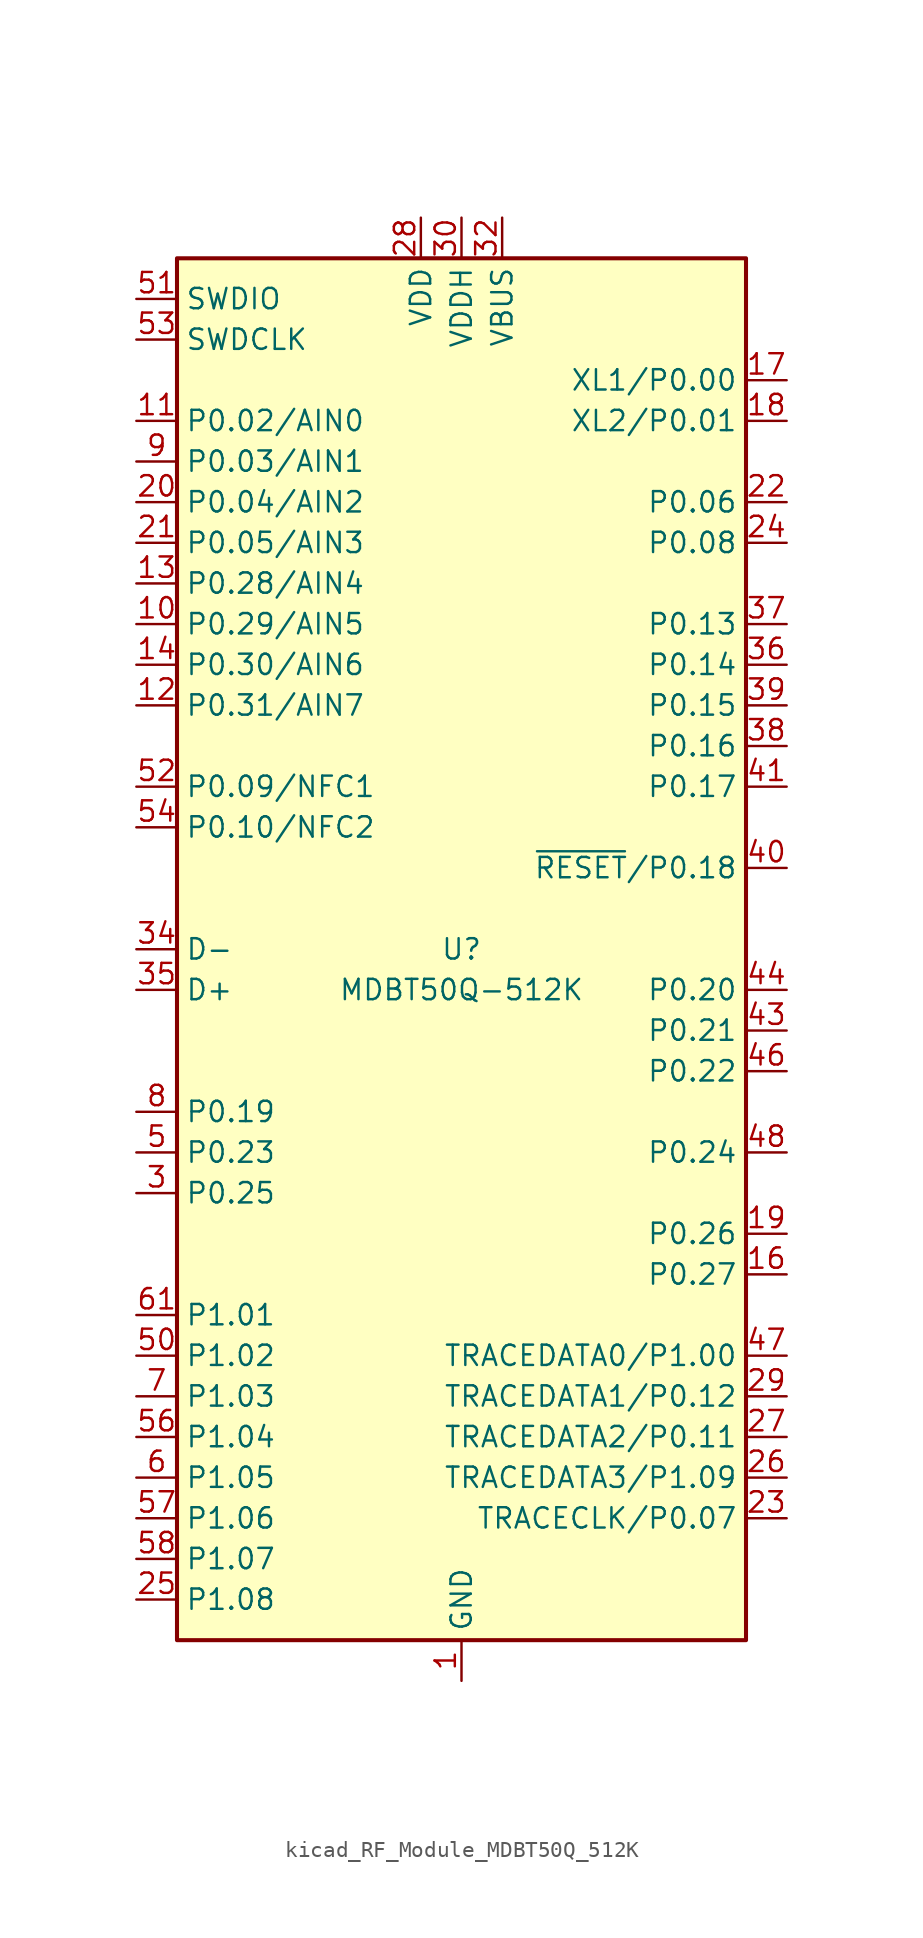
<source format=kicad_sym>
(kicad_symbol_lib
  (version 20220914)
  (generator kicad_symbol_editor)
  (symbol "kicad_RF_Module_MDBT50Q_512K"
    (property "Reference" "U"
      (at 0 0 0)
      (effects (font (size 1.27 1.27))))
    (property "Value" "MDBT50Q-512K"
      (at 0 -2.54 0)
      (effects (font (size 1.27 1.27))))
    (symbol "kicad_RF_Module_MDBT50Q_512K_0_1"
      (rectangle (start -17.78 43.18) (end 17.78 -43.18) (stroke (width 0.254) (type default)) (fill (type background))))
    (symbol "kicad_RF_Module_MDBT50Q_512K_1_1"
      (pin power_in line (at 0 -45.72 90) (length 2.54) (name "GND" (effects (font (size 1.27 1.27)))) (number "1" (effects (font (size 1.27 1.27)))))
      (pin bidirectional line (at -20.32 20.32 0) (length 2.54) (name "P0.29/AIN5" (effects (font (size 1.27 1.27)))) (number "10" (effects (font (size 1.27 1.27)))))
      (pin bidirectional line (at -20.32 33.02 0) (length 2.54) (name "P0.02/AIN0" (effects (font (size 1.27 1.27)))) (number "11" (effects (font (size 1.27 1.27)))))
      (pin bidirectional line (at -20.32 15.24 0) (length 2.54) (name "P0.31/AIN7" (effects (font (size 1.27 1.27)))) (number "12" (effects (font (size 1.27 1.27)))))
      (pin bidirectional line (at -20.32 22.86 0) (length 2.54) (name "P0.28/AIN4" (effects (font (size 1.27 1.27)))) (number "13" (effects (font (size 1.27 1.27)))))
      (pin bidirectional line (at -20.32 17.78 0) (length 2.54) (name "P0.30/AIN6" (effects (font (size 1.27 1.27)))) (number "14" (effects (font (size 1.27 1.27)))))
      (pin passive line (at 0 -45.72 90) (length 2.54) hide (name "GND" (effects (font (size 1.27 1.27)))) (number "15" (effects (font (size 1.27 1.27)))))
      (pin bidirectional line (at 20.32 -20.32 180) (length 2.54) (name "P0.27" (effects (font (size 1.27 1.27)))) (number "16" (effects (font (size 1.27 1.27)))))
      (pin bidirectional line (at 20.32 35.56 180) (length 2.54) (name "XL1/P0.00" (effects (font (size 1.27 1.27)))) (number "17" (effects (font (size 1.27 1.27)))))
      (pin bidirectional line (at 20.32 33.02 180) (length 2.54) (name "XL2/P0.01" (effects (font (size 1.27 1.27)))) (number "18" (effects (font (size 1.27 1.27)))))
      (pin bidirectional line (at 20.32 -17.78 180) (length 2.54) (name "P0.26" (effects (font (size 1.27 1.27)))) (number "19" (effects (font (size 1.27 1.27)))))
      (pin passive line (at 0 -45.72 90) (length 2.54) hide (name "GND" (effects (font (size 1.27 1.27)))) (number "2" (effects (font (size 1.27 1.27)))))
      (pin bidirectional line (at -20.32 27.94 0) (length 2.54) (name "P0.04/AIN2" (effects (font (size 1.27 1.27)))) (number "20" (effects (font (size 1.27 1.27)))))
      (pin bidirectional line (at -20.32 25.4 0) (length 2.54) (name "P0.05/AIN3" (effects (font (size 1.27 1.27)))) (number "21" (effects (font (size 1.27 1.27)))))
      (pin bidirectional line (at 20.32 27.94 180) (length 2.54) (name "P0.06" (effects (font (size 1.27 1.27)))) (number "22" (effects (font (size 1.27 1.27)))))
      (pin bidirectional line (at 20.32 -35.56 180) (length 2.54) (name "TRACECLK/P0.07" (effects (font (size 1.27 1.27)))) (number "23" (effects (font (size 1.27 1.27)))))
      (pin bidirectional line (at 20.32 25.4 180) (length 2.54) (name "P0.08" (effects (font (size 1.27 1.27)))) (number "24" (effects (font (size 1.27 1.27)))))
      (pin bidirectional line (at -20.32 -40.64 0) (length 2.54) (name "P1.08" (effects (font (size 1.27 1.27)))) (number "25" (effects (font (size 1.27 1.27)))))
      (pin bidirectional line (at 20.32 -33.02 180) (length 2.54) (name "TRACEDATA3/P1.09" (effects (font (size 1.27 1.27)))) (number "26" (effects (font (size 1.27 1.27)))))
      (pin bidirectional line (at 20.32 -30.48 180) (length 2.54) (name "TRACEDATA2/P0.11" (effects (font (size 1.27 1.27)))) (number "27" (effects (font (size 1.27 1.27)))))
      (pin power_in line (at -2.54 45.72 270) (length 2.54) (name "VDD" (effects (font (size 1.27 1.27)))) (number "28" (effects (font (size 1.27 1.27)))))
      (pin bidirectional line (at 20.32 -27.94 180) (length 2.54) (name "TRACEDATA1/P0.12" (effects (font (size 1.27 1.27)))) (number "29" (effects (font (size 1.27 1.27)))))
      (pin bidirectional line (at -20.32 -15.24 0) (length 2.54) (name "P0.25" (effects (font (size 1.27 1.27)))) (number "3" (effects (font (size 1.27 1.27)))))
      (pin power_in line (at 0 45.72 270) (length 2.54) (name "VDDH" (effects (font (size 1.27 1.27)))) (number "30" (effects (font (size 1.27 1.27)))))
      (pin no_connect line (at 5.08 43.18 270) (length 2.54) hide (name "NC" (effects (font (size 1.27 1.27)))) (number "31" (effects (font (size 1.27 1.27)))))
      (pin power_in line (at 2.54 45.72 270) (length 2.54) (name "VBUS" (effects (font (size 1.27 1.27)))) (number "32" (effects (font (size 1.27 1.27)))))
      (pin passive line (at 0 -45.72 90) (length 2.54) hide (name "GND" (effects (font (size 1.27 1.27)))) (number "33" (effects (font (size 1.27 1.27)))))
      (pin bidirectional line (at -20.32 0 0) (length 2.54) (name "D-" (effects (font (size 1.27 1.27)))) (number "34" (effects (font (size 1.27 1.27)))))
      (pin bidirectional line (at -20.32 -2.54 0) (length 2.54) (name "D+" (effects (font (size 1.27 1.27)))) (number "35" (effects (font (size 1.27 1.27)))))
      (pin bidirectional line (at 20.32 17.78 180) (length 2.54) (name "P0.14" (effects (font (size 1.27 1.27)))) (number "36" (effects (font (size 1.27 1.27)))))
      (pin bidirectional line (at 20.32 20.32 180) (length 2.54) (name "P0.13" (effects (font (size 1.27 1.27)))) (number "37" (effects (font (size 1.27 1.27)))))
      (pin bidirectional line (at 20.32 12.7 180) (length 2.54) (name "P0.16" (effects (font (size 1.27 1.27)))) (number "38" (effects (font (size 1.27 1.27)))))
      (pin bidirectional line (at 20.32 15.24 180) (length 2.54) (name "P0.15" (effects (font (size 1.27 1.27)))) (number "39" (effects (font (size 1.27 1.27)))))
      (pin no_connect line (at -17.78 -17.78 0) (length 2.54) hide (name "NC" (effects (font (size 1.27 1.27)))) (number "4" (effects (font (size 1.27 1.27)))))
      (pin bidirectional line (at 20.32 5.08 180) (length 2.54) (name "~{RESET}/P0.18" (effects (font (size 1.27 1.27)))) (number "40" (effects (font (size 1.27 1.27)))))
      (pin bidirectional line (at 20.32 10.16 180) (length 2.54) (name "P0.17" (effects (font (size 1.27 1.27)))) (number "41" (effects (font (size 1.27 1.27)))))
      (pin no_connect line (at 17.78 0 180) (length 2.54) hide (name "P0.19" (effects (font (size 1.27 1.27)))) (number "42" (effects (font (size 1.27 1.27)))))
      (pin bidirectional line (at 20.32 -5.08 180) (length 2.54) (name "P0.21" (effects (font (size 1.27 1.27)))) (number "43" (effects (font (size 1.27 1.27)))))
      (pin bidirectional line (at 20.32 -2.54 180) (length 2.54) (name "P0.20" (effects (font (size 1.27 1.27)))) (number "44" (effects (font (size 1.27 1.27)))))
      (pin no_connect line (at 17.78 -10.16 180) (length 2.54) hide (name "NC" (effects (font (size 1.27 1.27)))) (number "45" (effects (font (size 1.27 1.27)))))
      (pin bidirectional line (at 20.32 -7.62 180) (length 2.54) (name "P0.22" (effects (font (size 1.27 1.27)))) (number "46" (effects (font (size 1.27 1.27)))))
      (pin bidirectional line (at 20.32 -25.4 180) (length 2.54) (name "TRACEDATA0/P1.00" (effects (font (size 1.27 1.27)))) (number "47" (effects (font (size 1.27 1.27)))))
      (pin bidirectional line (at 20.32 -12.7 180) (length 2.54) (name "P0.24" (effects (font (size 1.27 1.27)))) (number "48" (effects (font (size 1.27 1.27)))))
      (pin no_connect line (at 17.78 -15.24 180) (length 2.54) hide (name "NC" (effects (font (size 1.27 1.27)))) (number "49" (effects (font (size 1.27 1.27)))))
      (pin bidirectional line (at -20.32 -12.7 0) (length 2.54) (name "P0.23" (effects (font (size 1.27 1.27)))) (number "5" (effects (font (size 1.27 1.27)))))
      (pin bidirectional line (at -20.32 -25.4 0) (length 2.54) (name "P1.02" (effects (font (size 1.27 1.27)))) (number "50" (effects (font (size 1.27 1.27)))))
      (pin bidirectional line (at -20.32 40.64 0) (length 2.54) (name "SWDIO" (effects (font (size 1.27 1.27)))) (number "51" (effects (font (size 1.27 1.27)))))
      (pin bidirectional line (at -20.32 10.16 0) (length 2.54) (name "P0.09/NFC1" (effects (font (size 1.27 1.27)))) (number "52" (effects (font (size 1.27 1.27)))))
      (pin input line (at -20.32 38.1 0) (length 2.54) (name "SWDCLK" (effects (font (size 1.27 1.27)))) (number "53" (effects (font (size 1.27 1.27)))))
      (pin bidirectional line (at -20.32 7.62 0) (length 2.54) (name "P0.10/NFC2" (effects (font (size 1.27 1.27)))) (number "54" (effects (font (size 1.27 1.27)))))
      (pin passive line (at 0 -45.72 90) (length 2.54) hide (name "GND" (effects (font (size 1.27 1.27)))) (number "55" (effects (font (size 1.27 1.27)))))
      (pin bidirectional line (at -20.32 -30.48 0) (length 2.54) (name "P1.04" (effects (font (size 1.27 1.27)))) (number "56" (effects (font (size 1.27 1.27)))))
      (pin bidirectional line (at -20.32 -35.56 0) (length 2.54) (name "P1.06" (effects (font (size 1.27 1.27)))) (number "57" (effects (font (size 1.27 1.27)))))
      (pin bidirectional line (at -20.32 -38.1 0) (length 2.54) (name "P1.07" (effects (font (size 1.27 1.27)))) (number "58" (effects (font (size 1.27 1.27)))))
      (pin no_connect line (at 17.78 38.1 180) (length 2.54) hide (name "NC" (effects (font (size 1.27 1.27)))) (number "59" (effects (font (size 1.27 1.27)))))
      (pin bidirectional line (at -20.32 -33.02 0) (length 2.54) (name "P1.05" (effects (font (size 1.27 1.27)))) (number "6" (effects (font (size 1.27 1.27)))))
      (pin no_connect line (at 17.78 40.64 180) (length 2.54) hide (name "NC" (effects (font (size 1.27 1.27)))) (number "60" (effects (font (size 1.27 1.27)))))
      (pin bidirectional line (at -20.32 -22.86 0) (length 2.54) (name "P1.01" (effects (font (size 1.27 1.27)))) (number "61" (effects (font (size 1.27 1.27)))))
      (pin bidirectional line (at -20.32 -27.94 0) (length 2.54) (name "P1.03" (effects (font (size 1.27 1.27)))) (number "7" (effects (font (size 1.27 1.27)))))
      (pin bidirectional line (at -20.32 -10.16 0) (length 2.54) (name "P0.19" (effects (font (size 1.27 1.27)))) (number "8" (effects (font (size 1.27 1.27)))))
      (pin bidirectional line (at -20.32 30.48 0) (length 2.54) (name "P0.03/AIN1" (effects (font (size 1.27 1.27)))) (number "9" (effects (font (size 1.27 1.27))))))))
</source>
